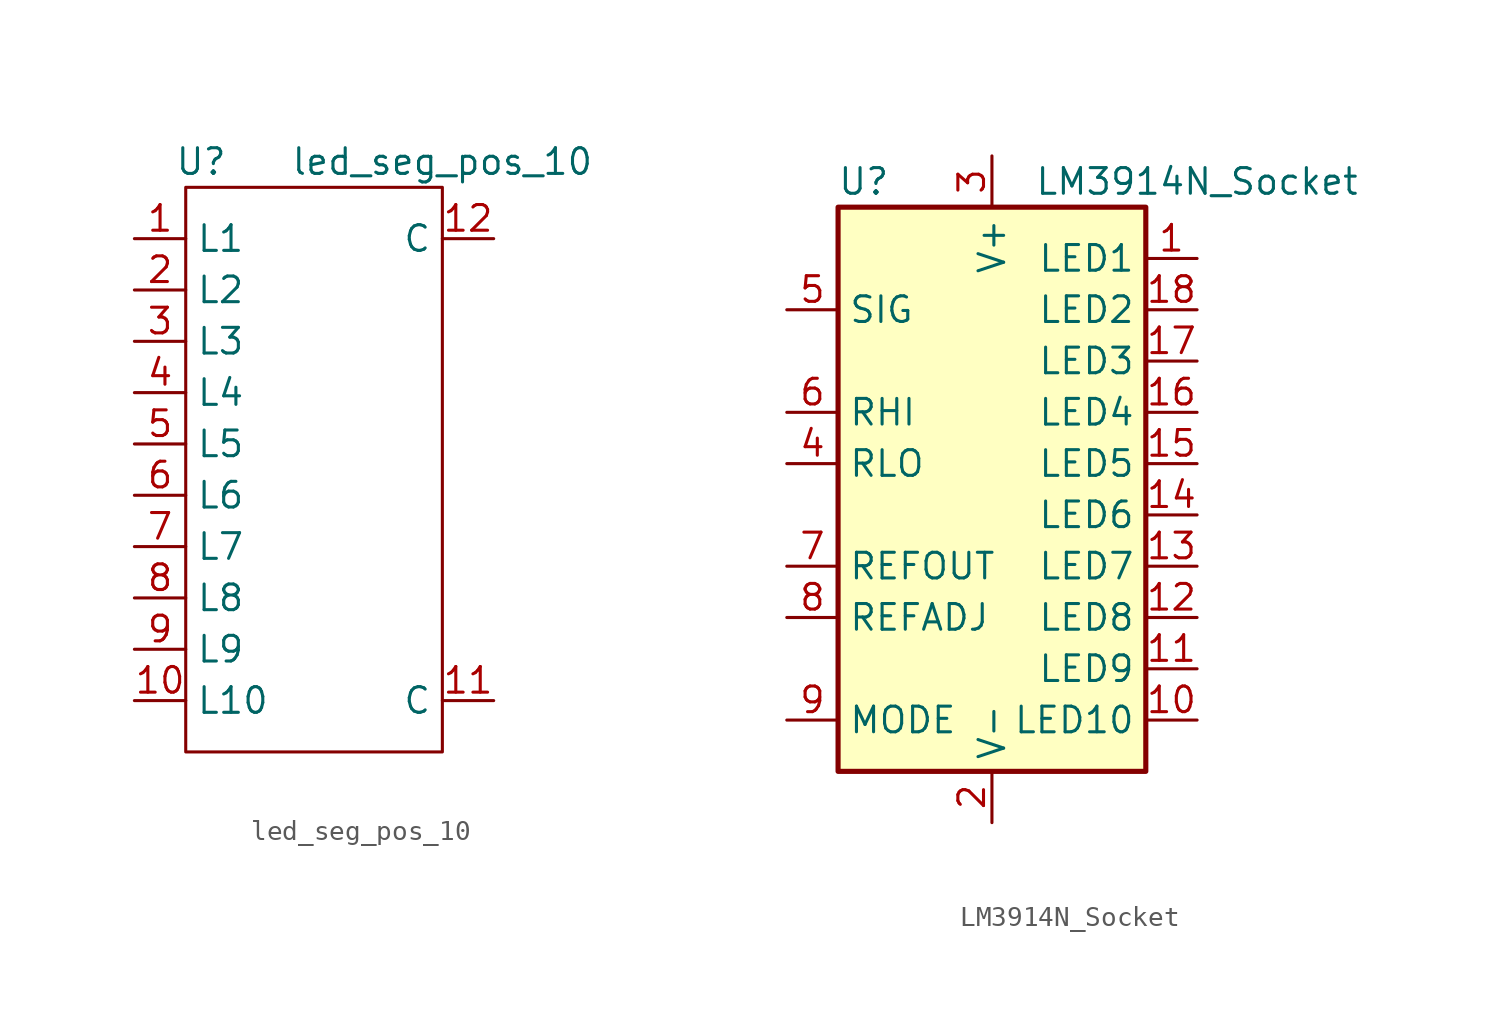
<source format=kicad_sym>
(kicad_symbol_lib
  (version 20211014)
  (generator kicad_symbol_editor)
  (symbol "led_seg_pos_10"
    (property "Reference" "U"
      (at 0.762 1.27 0)
      (effects (font (size 1.27 1.27))))
    (property "Value" "led_seg_pos_10"
      (at 12.7 1.27 0)
      (effects (font (size 1.27 1.27))))
    (symbol "led_seg_pos_10_0_1"
      (rectangle (start 0 0) (end 12.7 -27.94) (stroke (width 0) (type default) (color 0 0 0 0)) (fill (type none))))
    (symbol "led_seg_pos_10_1_1"
      (pin passive line (at -2.54 -2.54 0) (length 2.54) (name "L1" (effects (font (size 1.27 1.27)))) (number "1" (effects (font (size 1.27 1.27)))))
      (pin passive line (at -2.54 -25.4 0) (length 2.54) (name "L10" (effects (font (size 1.27 1.27)))) (number "10" (effects (font (size 1.27 1.27)))))
      (pin power_in line (at 15.24 -25.4 180) (length 2.54) (name "C" (effects (font (size 1.27 1.27)))) (number "11" (effects (font (size 1.27 1.27)))))
      (pin power_in line (at 15.24 -2.54 180) (length 2.54) (name "C" (effects (font (size 1.27 1.27)))) (number "12" (effects (font (size 1.27 1.27)))))
      (pin passive line (at -2.54 -5.08 0) (length 2.54) (name "L2" (effects (font (size 1.27 1.27)))) (number "2" (effects (font (size 1.27 1.27)))))
      (pin passive line (at -2.54 -7.62 0) (length 2.54) (name "L3" (effects (font (size 1.27 1.27)))) (number "3" (effects (font (size 1.27 1.27)))))
      (pin passive line (at -2.54 -10.16 0) (length 2.54) (name "L4" (effects (font (size 1.27 1.27)))) (number "4" (effects (font (size 1.27 1.27)))))
      (pin passive line (at -2.54 -12.7 0) (length 2.54) (name "L5" (effects (font (size 1.27 1.27)))) (number "5" (effects (font (size 1.27 1.27)))))
      (pin passive line (at -2.54 -15.24 0) (length 2.54) (name "L6" (effects (font (size 1.27 1.27)))) (number "6" (effects (font (size 1.27 1.27)))))
      (pin passive line (at -2.54 -17.78 0) (length 2.54) (name "L7" (effects (font (size 1.27 1.27)))) (number "7" (effects (font (size 1.27 1.27)))))
      (pin passive line (at -2.54 -20.32 0) (length 2.54) (name "L8" (effects (font (size 1.27 1.27)))) (number "8" (effects (font (size 1.27 1.27)))))
      (pin passive line (at -2.54 -22.86 0) (length 2.54) (name "L9" (effects (font (size 1.27 1.27)))) (number "9" (effects (font (size 1.27 1.27)))))))
  (symbol "LM3914N_Socket"
    (property "Reference" "U"
      (at -6.35 13.97 0)
      (effects (font (size 1.27 1.27))))
    (property "Value" "LM3914N_Socket"
      (at 10.16 13.97 0)
      (effects (font (size 1.27 1.27))))
    (symbol "LM3914N_Socket_0_1"
      (rectangle (start -7.62 12.7) (end 7.62 -15.24) (stroke (width 0.254) (type default) (color 0 0 0 0)) (fill (type background))))
    (symbol "LM3914N_Socket_1_1"
      (pin open_collector line (at 10.16 10.16 180) (length 2.54) (name "LED1" (effects (font (size 1.27 1.27)))) (number "1" (effects (font (size 1.27 1.27)))))
      (pin open_collector line (at 10.16 -12.7 180) (length 2.54) (name "LED10" (effects (font (size 1.27 1.27)))) (number "10" (effects (font (size 1.27 1.27)))))
      (pin open_collector line (at 10.16 -10.16 180) (length 2.54) (name "LED9" (effects (font (size 1.27 1.27)))) (number "11" (effects (font (size 1.27 1.27)))))
      (pin open_collector line (at 10.16 -7.62 180) (length 2.54) (name "LED8" (effects (font (size 1.27 1.27)))) (number "12" (effects (font (size 1.27 1.27)))))
      (pin open_collector line (at 10.16 -5.08 180) (length 2.54) (name "LED7" (effects (font (size 1.27 1.27)))) (number "13" (effects (font (size 1.27 1.27)))))
      (pin open_collector line (at 10.16 -2.54 180) (length 2.54) (name "LED6" (effects (font (size 1.27 1.27)))) (number "14" (effects (font (size 1.27 1.27)))))
      (pin open_collector line (at 10.16 0 180) (length 2.54) (name "LED5" (effects (font (size 1.27 1.27)))) (number "15" (effects (font (size 1.27 1.27)))))
      (pin open_collector line (at 10.16 2.54 180) (length 2.54) (name "LED4" (effects (font (size 1.27 1.27)))) (number "16" (effects (font (size 1.27 1.27)))))
      (pin open_collector line (at 10.16 5.08 180) (length 2.54) (name "LED3" (effects (font (size 1.27 1.27)))) (number "17" (effects (font (size 1.27 1.27)))))
      (pin open_collector line (at 10.16 7.62 180) (length 2.54) (name "LED2" (effects (font (size 1.27 1.27)))) (number "18" (effects (font (size 1.27 1.27)))))
      (pin power_in line (at 0 -17.78 90) (length 2.54) (name "V-" (effects (font (size 1.27 1.27)))) (number "2" (effects (font (size 1.27 1.27)))))
      (pin power_in line (at 0 15.24 270) (length 2.54) (name "V+" (effects (font (size 1.27 1.27)))) (number "3" (effects (font (size 1.27 1.27)))))
      (pin input line (at -10.16 0 0) (length 2.54) (name "RLO" (effects (font (size 1.27 1.27)))) (number "4" (effects (font (size 1.27 1.27)))))
      (pin input line (at -10.16 7.62 0) (length 2.54) (name "SIG" (effects (font (size 1.27 1.27)))) (number "5" (effects (font (size 1.27 1.27)))))
      (pin input line (at -10.16 2.54 0) (length 2.54) (name "RHI" (effects (font (size 1.27 1.27)))) (number "6" (effects (font (size 1.27 1.27)))))
      (pin output line (at -10.16 -5.08 0) (length 2.54) (name "REFOUT" (effects (font (size 1.27 1.27)))) (number "7" (effects (font (size 1.27 1.27)))))
      (pin input line (at -10.16 -7.62 0) (length 2.54) (name "REFADJ" (effects (font (size 1.27 1.27)))) (number "8" (effects (font (size 1.27 1.27)))))
      (pin input line (at -10.16 -12.7 0) (length 2.54) (name "MODE" (effects (font (size 1.27 1.27)))) (number "9" (effects (font (size 1.27 1.27))))))))
</source>
